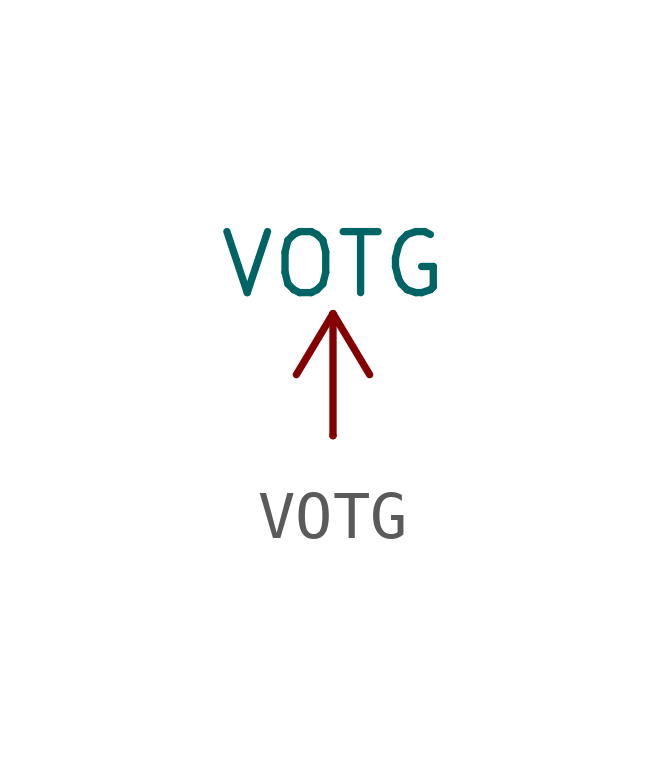
<source format=kicad_sym>
(kicad_symbol_lib
  (version 20231120)
  (generator "kicad_symbol_editor")
  (generator_version "8.0")
  (symbol "VOTG"
    (power)
    (pin_numbers hide)
    (pin_names
      (offset 0) hide)
    (property "Reference" "#PWR"
      (at 0 -3.81 0)
      (effects (font (size 1.27 1.27)) (hide yes)))
    (property "Value" "VOTG"
      (at 0 3.556 0)
      (effects (font (size 1.27 1.27))))
    (symbol "VOTG_0_1"
      (polyline (pts (xy -0.762 1.27) (xy 0 2.54)) (stroke (width 0) (type default)) (fill (type none)))
      (polyline (pts (xy 0 0) (xy 0 2.54)) (stroke (width 0) (type default)) (fill (type none)))
      (polyline (pts (xy 0 2.54) (xy 0.762 1.27)) (stroke (width 0) (type default)) (fill (type none))))
    (symbol "VOTG_1_1"
      (pin power_in line (at 0 0 90) (length 0) (name "~" (effects (font (size 1.27 1.27)))) (number "1" (effects (font (size 1.27 1.27))))))))
</source>
